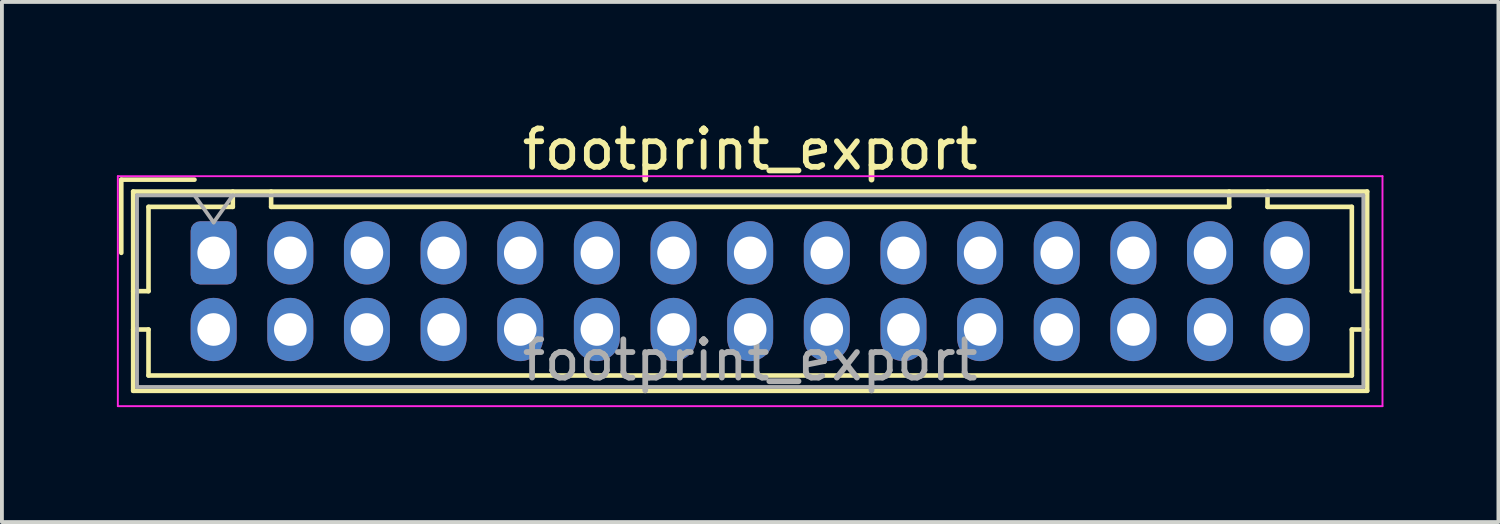
<source format=kicad_pcb>
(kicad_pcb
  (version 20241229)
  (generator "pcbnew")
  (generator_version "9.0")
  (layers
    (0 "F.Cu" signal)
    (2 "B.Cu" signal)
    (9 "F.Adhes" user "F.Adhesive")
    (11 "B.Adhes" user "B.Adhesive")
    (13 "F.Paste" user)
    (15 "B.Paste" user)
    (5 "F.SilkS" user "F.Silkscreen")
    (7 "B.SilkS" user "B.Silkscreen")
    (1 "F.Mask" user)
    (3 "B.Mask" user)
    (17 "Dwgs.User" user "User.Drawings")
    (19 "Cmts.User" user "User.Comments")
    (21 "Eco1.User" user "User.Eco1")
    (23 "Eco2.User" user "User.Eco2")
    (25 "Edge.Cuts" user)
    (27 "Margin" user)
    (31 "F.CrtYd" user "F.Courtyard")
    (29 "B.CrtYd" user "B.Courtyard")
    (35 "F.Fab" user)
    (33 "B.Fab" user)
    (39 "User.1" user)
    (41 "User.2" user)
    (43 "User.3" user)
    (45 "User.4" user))
  (footprint "footprint_export"
    (layer "F.Cu")
    (at 2.525 3.548)
    (property "Reference" "footprint_export" (at 14 -2.7 0) (layer "F.SilkS") (effects (font (size 1 1) (thickness 0.15))))
    (attr through_hole)
    (fp_line (start -2.41 -1.91) (end -0.5 -1.91) (stroke (width 0.12) (type solid)) (layer "F.SilkS"))
    (fp_line (start -2.41 0) (end -2.41 -1.91) (stroke (width 0.12) (type solid)) (layer "F.SilkS"))
    (fp_line (start -2.1 -1.6) (end -2.1 3.6) (stroke (width 0.12) (type solid)) (layer "F.SilkS"))
    (fp_line (start -2.1 1) (end -1.7 1) (stroke (width 0.12) (type solid)) (layer "F.SilkS"))
    (fp_line (start -2.1 2) (end -1.7 2) (stroke (width 0.12) (type solid)) (layer "F.SilkS"))
    (fp_line (start -2.1 3.6) (end 30.1 3.6) (stroke (width 0.12) (type solid)) (layer "F.SilkS"))
    (fp_line (start -1.7 -1.2) (end 0.5 -1.2) (stroke (width 0.12) (type solid)) (layer "F.SilkS"))
    (fp_line (start -1.7 1) (end -1.7 -1.2) (stroke (width 0.12) (type solid)) (layer "F.SilkS"))
    (fp_line (start -1.7 2) (end -1.7 3.2) (stroke (width 0.12) (type solid)) (layer "F.SilkS"))
    (fp_line (start -1.7 3.2) (end 29.7 3.2) (stroke (width 0.12) (type solid)) (layer "F.SilkS"))
    (fp_line (start 0.5 -1.2) (end 0.5 -1.6) (stroke (width 0.12) (type solid)) (layer "F.SilkS"))
    (fp_line (start 1.5 -1.6) (end 1.5 -1.2) (stroke (width 0.12) (type solid)) (layer "F.SilkS"))
    (fp_line (start 1.5 -1.2) (end 26.5 -1.2) (stroke (width 0.12) (type solid)) (layer "F.SilkS"))
    (fp_line (start 26.5 -1.2) (end 26.5 -1.6) (stroke (width 0.12) (type solid)) (layer "F.SilkS"))
    (fp_line (start 27.5 -1.2) (end 27.5 -1.6) (stroke (width 0.12) (type solid)) (layer "F.SilkS"))
    (fp_line (start 29.7 -1.2) (end 27.5 -1.2) (stroke (width 0.12) (type solid)) (layer "F.SilkS"))
    (fp_line (start 29.7 1) (end 29.7 -1.2) (stroke (width 0.12) (type solid)) (layer "F.SilkS"))
    (fp_line (start 29.7 2) (end 30.1 2) (stroke (width 0.12) (type solid)) (layer "F.SilkS"))
    (fp_line (start 29.7 3.2) (end 29.7 2) (stroke (width 0.12) (type solid)) (layer "F.SilkS"))
    (fp_line (start 30.1 -1.6) (end -2.1 -1.6) (stroke (width 0.12) (type solid)) (layer "F.SilkS"))
    (fp_line (start 30.1 1) (end 29.7 1) (stroke (width 0.12) (type solid)) (layer "F.SilkS"))
    (fp_line (start 30.1 3.6) (end 30.1 -1.6) (stroke (width 0.12) (type solid)) (layer "F.SilkS"))
    (fp_line (start -2.5 -2) (end -2.5 4) (stroke (width 0.05) (type solid)) (layer "F.CrtYd"))
    (fp_line (start -2.5 4) (end 30.5 4) (stroke (width 0.05) (type solid)) (layer "F.CrtYd"))
    (fp_line (start 30.5 -2) (end -2.5 -2) (stroke (width 0.05) (type solid)) (layer "F.CrtYd"))
    (fp_line (start 30.5 4) (end 30.5 -2) (stroke (width 0.05) (type solid)) (layer "F.CrtYd"))
    (fp_line (start -2 -1.5) (end -2 3.5) (stroke (width 0.1) (type solid)) (layer "F.Fab"))
    (fp_line (start -2 3.5) (end 30 3.5) (stroke (width 0.1) (type solid)) (layer "F.Fab"))
    (fp_line (start -0.5 -1.5) (end 0 -0.793) (stroke (width 0.1) (type solid)) (layer "F.Fab"))
    (fp_line (start 0 -0.793) (end 0.5 -1.5) (stroke (width 0.1) (type solid)) (layer "F.Fab"))
    (fp_line (start 30 -1.5) (end -2 -1.5) (stroke (width 0.1) (type solid)) (layer "F.Fab"))
    (fp_line (start 30 3.5) (end 30 -1.5) (stroke (width 0.1) (type solid)) (layer "F.Fab"))
    (fp_text user "${REFERENCE}" (at 14 2.8 0) (layer "F.Fab") (effects (font (size 1 1) (thickness 0.15))))
    (pad "1" thru_hole roundrect (at 0 0) (size 1.2 1.65) (drill 0.85) (layers "*.Cu" "*.Mask") (roundrect_rratio 0.208))
    (pad "2" thru_hole oval (at 0 2) (size 1.2 1.65) (drill 0.85) (layers "*.Cu" "*.Mask"))
    (pad "3" thru_hole oval (at 2 0) (size 1.2 1.65) (drill 0.85) (layers "*.Cu" "*.Mask"))
    (pad "4" thru_hole oval (at 2 2) (size 1.2 1.65) (drill 0.85) (layers "*.Cu" "*.Mask"))
    (pad "5" thru_hole oval (at 4 0) (size 1.2 1.65) (drill 0.85) (layers "*.Cu" "*.Mask"))
    (pad "6" thru_hole oval (at 4 2) (size 1.2 1.65) (drill 0.85) (layers "*.Cu" "*.Mask"))
    (pad "7" thru_hole oval (at 6 0) (size 1.2 1.65) (drill 0.85) (layers "*.Cu" "*.Mask"))
    (pad "8" thru_hole oval (at 6 2) (size 1.2 1.65) (drill 0.85) (layers "*.Cu" "*.Mask"))
    (pad "9" thru_hole oval (at 8 0) (size 1.2 1.65) (drill 0.85) (layers "*.Cu" "*.Mask"))
    (pad "10" thru_hole oval (at 8 2) (size 1.2 1.65) (drill 0.85) (layers "*.Cu" "*.Mask"))
    (pad "11" thru_hole oval (at 10 0) (size 1.2 1.65) (drill 0.85) (layers "*.Cu" "*.Mask"))
    (pad "12" thru_hole oval (at 10 2) (size 1.2 1.65) (drill 0.85) (layers "*.Cu" "*.Mask"))
    (pad "13" thru_hole oval (at 12 0) (size 1.2 1.65) (drill 0.85) (layers "*.Cu" "*.Mask"))
    (pad "14" thru_hole oval (at 12 2) (size 1.2 1.65) (drill 0.85) (layers "*.Cu" "*.Mask"))
    (pad "15" thru_hole oval (at 14 0) (size 1.2 1.65) (drill 0.85) (layers "*.Cu" "*.Mask"))
    (pad "16" thru_hole oval (at 14 2) (size 1.2 1.65) (drill 0.85) (layers "*.Cu" "*.Mask"))
    (pad "17" thru_hole oval (at 16 0) (size 1.2 1.65) (drill 0.85) (layers "*.Cu" "*.Mask"))
    (pad "18" thru_hole oval (at 16 2) (size 1.2 1.65) (drill 0.85) (layers "*.Cu" "*.Mask"))
    (pad "19" thru_hole oval (at 18 0) (size 1.2 1.65) (drill 0.85) (layers "*.Cu" "*.Mask"))
    (pad "20" thru_hole oval (at 18 2) (size 1.2 1.65) (drill 0.85) (layers "*.Cu" "*.Mask"))
    (pad "21" thru_hole oval (at 20 0) (size 1.2 1.65) (drill 0.85) (layers "*.Cu" "*.Mask"))
    (pad "22" thru_hole oval (at 20 2) (size 1.2 1.65) (drill 0.85) (layers "*.Cu" "*.Mask"))
    (pad "23" thru_hole oval (at 22 0) (size 1.2 1.65) (drill 0.85) (layers "*.Cu" "*.Mask"))
    (pad "24" thru_hole oval (at 22 2) (size 1.2 1.65) (drill 0.85) (layers "*.Cu" "*.Mask"))
    (pad "25" thru_hole oval (at 24 0) (size 1.2 1.65) (drill 0.85) (layers "*.Cu" "*.Mask"))
    (pad "26" thru_hole oval (at 24 2) (size 1.2 1.65) (drill 0.85) (layers "*.Cu" "*.Mask"))
    (pad "27" thru_hole oval (at 26 0) (size 1.2 1.65) (drill 0.85) (layers "*.Cu" "*.Mask"))
    (pad "28" thru_hole oval (at 26 2) (size 1.2 1.65) (drill 0.85) (layers "*.Cu" "*.Mask"))
    (pad "29" thru_hole oval (at 28 0) (size 1.2 1.65) (drill 0.85) (layers "*.Cu" "*.Mask"))
    (pad "30" thru_hole oval (at 28 2) (size 1.2 1.65) (drill 0.85) (layers "*.Cu" "*.Mask")))
  (gr_rect
    (start -3 -3)
    (end 36.05 10.573)
    (stroke (width 0.1) (type default))
    (fill no)
    (layer "Edge.Cuts")))
</source>
